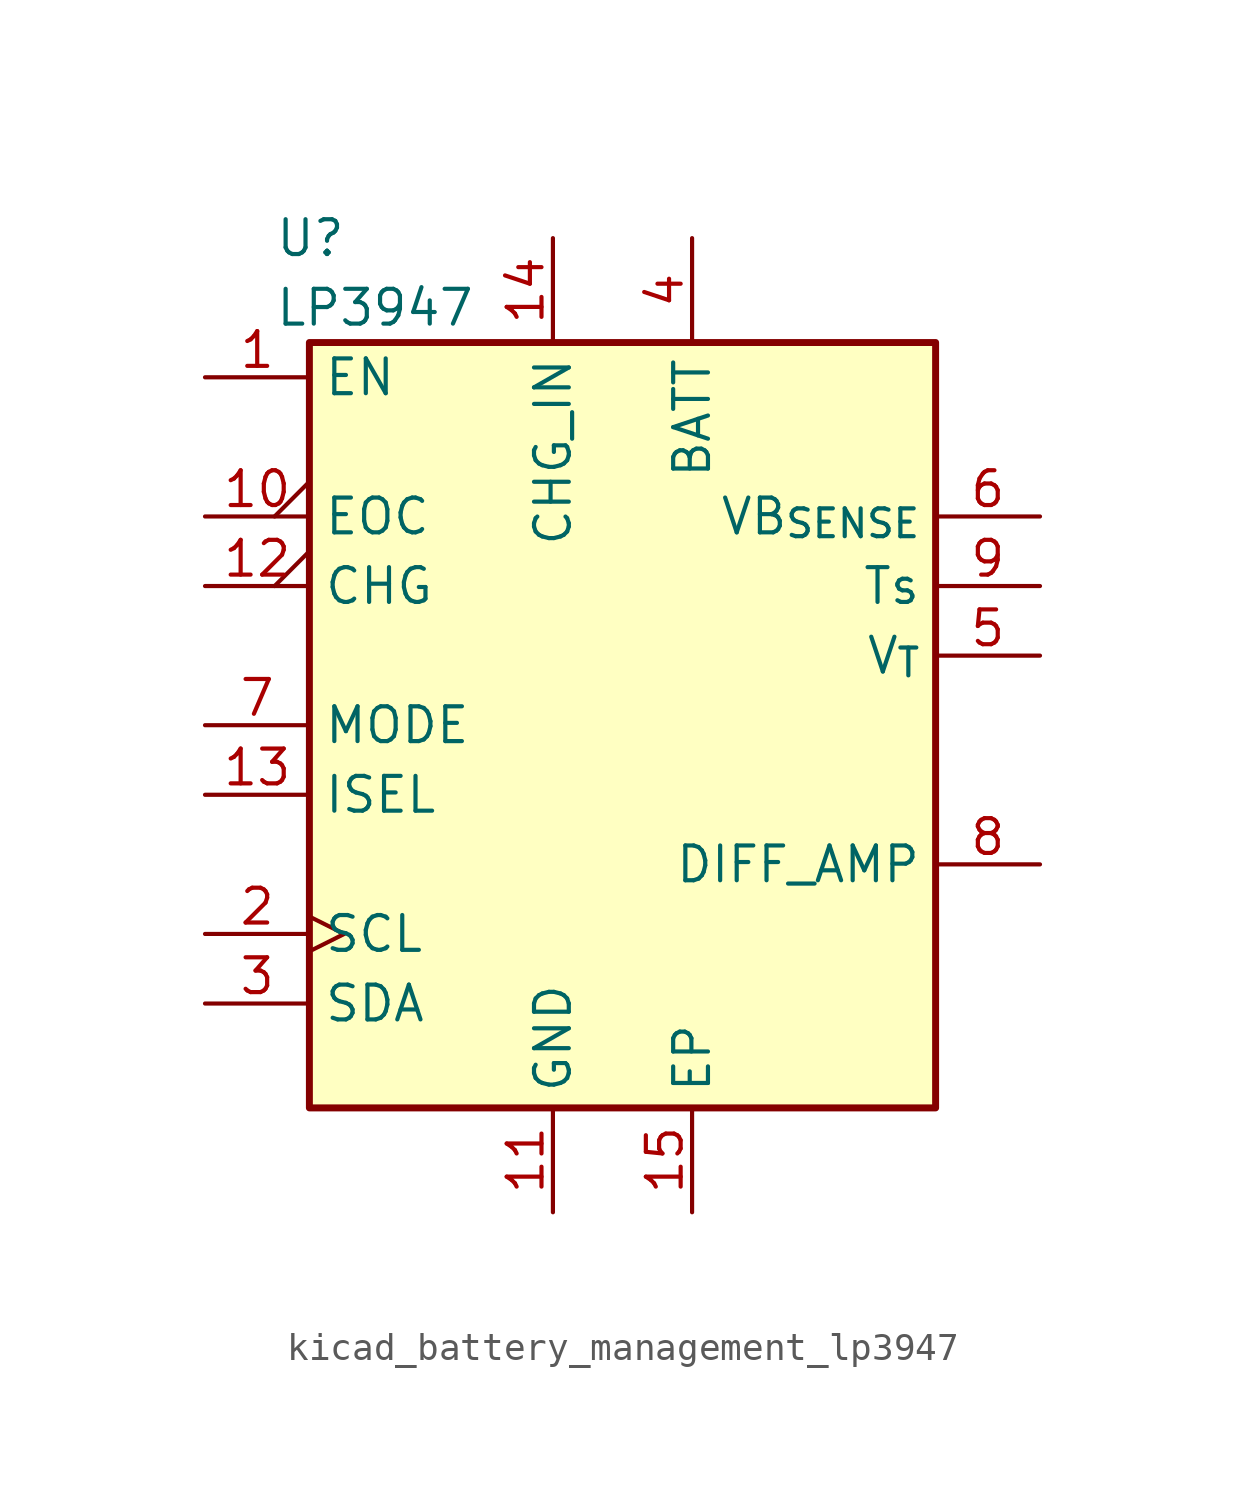
<source format=kicad_sym>
(kicad_symbol_lib
  (version 20220914)
  (generator kicad_symbol_editor)
  (symbol "kicad_battery_management_lp3947"
    (property "Reference" "U"
      (at -12.7 17.78 0)
      (effects (font (size 1.27 1.27)) (justify left)))
    (property "Value" "LP3947"
      (at -12.7 15.24 0)
      (effects (font (size 1.27 1.27)) (justify left)))
    (symbol "kicad_battery_management_lp3947_0_1"
      (rectangle (start -11.43 13.97) (end 11.43 -13.97) (stroke (width 0.254) (type default)) (fill (type background))))
    (symbol "kicad_battery_management_lp3947_1_1"
      (pin input line (at -15.24 12.7 0) (length 3.81) (name "EN" (effects (font (size 1.27 1.27)))) (number "1" (effects (font (size 1.27 1.27)))))
      (pin open_collector output_low (at -15.24 7.62 0) (length 3.81) (name "EOC" (effects (font (size 1.27 1.27)))) (number "10" (effects (font (size 1.27 1.27)))))
      (pin power_in line (at -2.54 -17.78 90) (length 3.81) (name "GND" (effects (font (size 1.27 1.27)))) (number "11" (effects (font (size 1.27 1.27)))))
      (pin open_collector output_low (at -15.24 5.08 0) (length 3.81) (name "CHG" (effects (font (size 1.27 1.27)))) (number "12" (effects (font (size 1.27 1.27)))))
      (pin input line (at -15.24 -2.54 0) (length 3.81) (name "ISEL" (effects (font (size 1.27 1.27)))) (number "13" (effects (font (size 1.27 1.27)))))
      (pin power_in line (at -2.54 17.78 270) (length 3.81) (name "CHG_IN" (effects (font (size 1.27 1.27)))) (number "14" (effects (font (size 1.27 1.27)))))
      (pin power_in line (at 2.54 -17.78 90) (length 3.81) (name "EP" (effects (font (size 1.27 1.27)))) (number "15" (effects (font (size 1.27 1.27)))))
      (pin input clock (at -15.24 -7.62 0) (length 3.81) (name "SCL" (effects (font (size 1.27 1.27)))) (number "2" (effects (font (size 1.27 1.27)))))
      (pin bidirectional line (at -15.24 -10.16 0) (length 3.81) (name "SDA" (effects (font (size 1.27 1.27)))) (number "3" (effects (font (size 1.27 1.27)))))
      (pin power_out line (at 2.54 17.78 270) (length 3.81) (name "BATT" (effects (font (size 1.27 1.27)))) (number "4" (effects (font (size 1.27 1.27)))))
      (pin power_out line (at 15.24 2.54 180) (length 3.81) (name "V_{T}" (effects (font (size 1.27 1.27)))) (number "5" (effects (font (size 1.27 1.27)))))
      (pin input line (at 15.24 7.62 180) (length 3.81) (name "VB_{SENSE}" (effects (font (size 1.27 1.27)))) (number "6" (effects (font (size 1.27 1.27)))))
      (pin input line (at -15.24 0 0) (length 3.81) (name "MODE" (effects (font (size 1.27 1.27)))) (number "7" (effects (font (size 1.27 1.27)))))
      (pin output line (at 15.24 -5.08 180) (length 3.81) (name "DIFF_AMP" (effects (font (size 1.27 1.27)))) (number "8" (effects (font (size 1.27 1.27)))))
      (pin input line (at 15.24 5.08 180) (length 3.81) (name "Ts" (effects (font (size 1.27 1.27)))) (number "9" (effects (font (size 1.27 1.27))))))))
</source>
